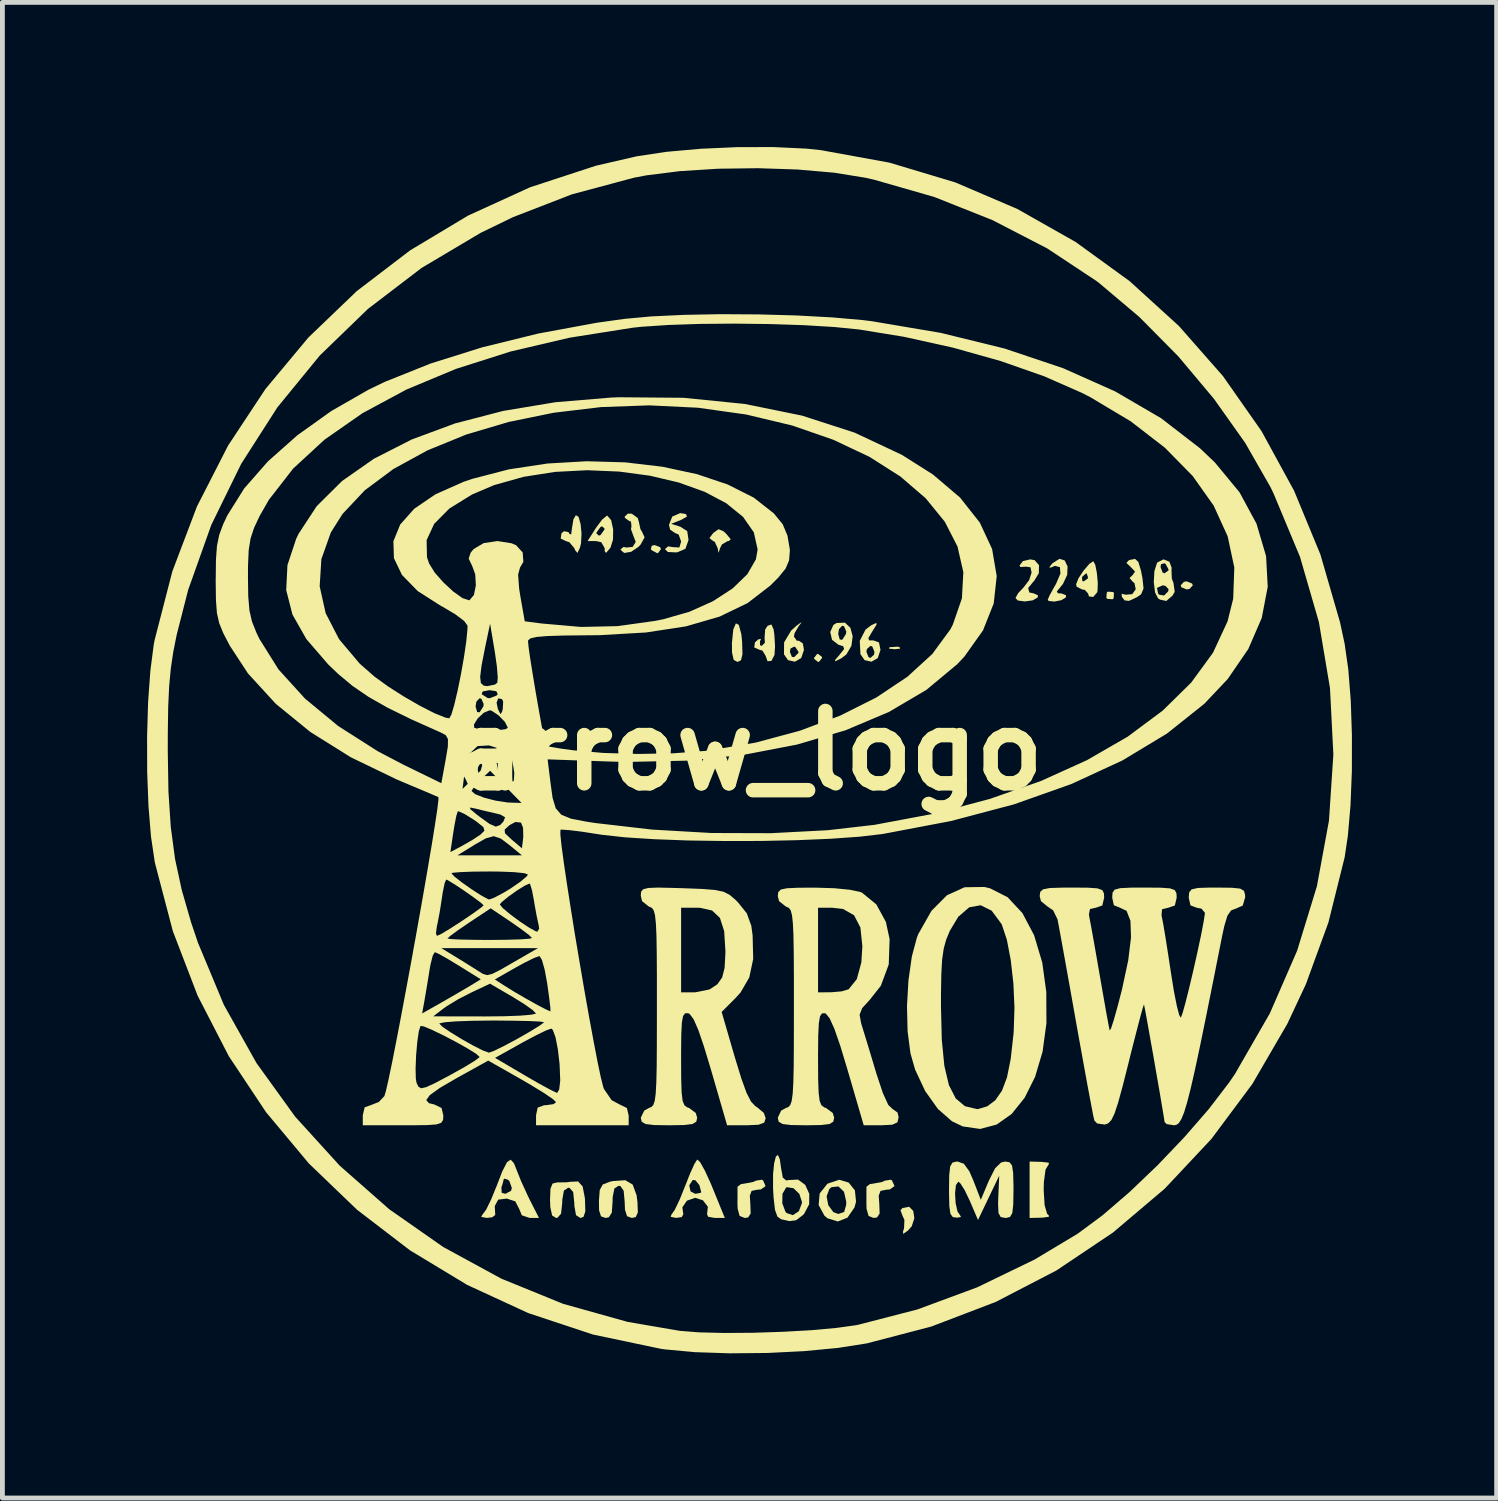
<source format=kicad_pcb>
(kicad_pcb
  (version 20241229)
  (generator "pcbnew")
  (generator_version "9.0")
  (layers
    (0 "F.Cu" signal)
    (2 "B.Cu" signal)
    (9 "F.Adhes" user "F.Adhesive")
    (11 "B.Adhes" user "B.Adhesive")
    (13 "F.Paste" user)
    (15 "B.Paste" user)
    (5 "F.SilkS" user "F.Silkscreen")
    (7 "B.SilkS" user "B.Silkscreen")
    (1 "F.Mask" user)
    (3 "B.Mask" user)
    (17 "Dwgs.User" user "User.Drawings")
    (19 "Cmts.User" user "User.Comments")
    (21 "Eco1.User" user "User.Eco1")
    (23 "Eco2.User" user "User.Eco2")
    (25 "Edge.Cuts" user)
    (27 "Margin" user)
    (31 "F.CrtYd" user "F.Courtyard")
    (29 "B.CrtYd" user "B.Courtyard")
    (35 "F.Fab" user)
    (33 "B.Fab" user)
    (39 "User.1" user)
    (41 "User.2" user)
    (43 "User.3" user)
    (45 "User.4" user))
  (footprint "arrow_logo"
    (layer "F.Cu")
    (at 12.494 12.515)
    (property "Reference" "arrow_logo" (at 0 0 0) (layer "F.SilkS") (effects (font (size 1.5 1.5) (thickness 0.3))))
    (attr board_only exclude_from_pos_files exclude_from_bom)
    (fp_poly (pts (xy 3.112 -2.144) (xy 3.123 -2.114) (xy 3.008 -2.102) (xy 2.889 -2.115) (xy 2.903 -2.144) (xy 3.075 -2.155)) (stroke (width 0) (type solid)) (fill yes) (layer "F.SilkS"))
    (fp_poly (pts (xy -1.854 -4.218) (xy -1.838 -4.178) (xy -1.898 -4.096) (xy -1.917 -4.094) (xy -2.03 -4.155) (xy -2.047 -4.178) (xy -2.028 -4.249) (xy -1.968 -4.261)) (stroke (width 0) (type solid)) (fill yes) (layer "F.SilkS"))
    (fp_poly (pts (xy 1.502 -1.942) (xy 1.504 -1.922) (xy 1.44 -1.841) (xy 1.42 -1.838) (xy 1.339 -1.902) (xy 1.337 -1.922) (xy 1.4 -2.003) (xy 1.42 -2.005)) (stroke (width 0) (type solid)) (fill yes) (layer "F.SilkS"))
    (fp_poly (pts (xy 7.538 -3.288) (xy 7.557 -3.266) (xy 7.549 -3.156) (xy 7.527 -3.138) (xy 7.418 -3.146) (xy 7.399 -3.168) (xy 7.407 -3.277) (xy 7.429 -3.296)) (stroke (width 0) (type solid)) (fill yes) (layer "F.SilkS"))
    (fp_poly (pts (xy 9.177 -3.464) (xy 9.191 -3.426) (xy 9.123 -3.352) (xy 9.065 -3.342) (xy 8.954 -3.387) (xy 8.94 -3.426) (xy 9.008 -3.5) (xy 9.065 -3.509)) (stroke (width 0) (type solid)) (fill yes) (layer "F.SilkS"))
    (fp_poly (pts (xy -0.223 -2.607) (xy -0.171 -2.416) (xy -0.155 -2.26) (xy -0.147 -2.001) (xy -0.178 -1.872) (xy -0.251 -1.838) (xy -0.33 -1.882) (xy -0.364 -2.034) (xy -0.366 -2.231) (xy -0.338 -2.512) (xy -0.284 -2.638)) (stroke (width 0) (type solid)) (fill yes) (layer "F.SilkS"))
    (fp_poly (pts (xy 3.395 9.547) (xy 3.417 9.698) (xy 3.363 9.864) (xy 3.285 9.953) (xy 3.184 10.023) (xy 3.183 9.966) (xy 3.203 9.911) (xy 3.211 9.732) (xy 3.172 9.647) (xy 3.129 9.531) (xy 3.171 9.486) (xy 3.309 9.46)) (stroke (width 0) (type solid)) (fill yes) (layer "F.SilkS"))
    (fp_poly (pts (xy -0.539 -4.547) (xy -0.48 -4.491) (xy -0.391 -4.382) (xy -0.43 -4.346) (xy -0.453 -4.345) (xy -0.573 -4.275) (xy -0.611 -4.199) (xy -0.643 -4.101) (xy -0.657 -4.164) (xy -0.659 -4.192) (xy -0.722 -4.328) (xy -0.775 -4.359) (xy -0.832 -4.408) (xy -0.754 -4.512) (xy -0.643 -4.591)) (stroke (width 0) (type solid)) (fill yes) (layer "F.SilkS"))
    (fp_poly (pts (xy 6.058 8.529) (xy 6.2 8.545) (xy 6.211 8.574) (xy 6.204 8.578) (xy 6.137 8.69) (xy 6.103 8.949) (xy 6.099 9.107) (xy 6.118 9.426) (xy 6.17 9.606) (xy 6.204 9.637) (xy 6.208 9.667) (xy 6.077 9.685) (xy 6.058 9.686) (xy 5.807 9.692) (xy 5.807 9.107) (xy 5.807 8.522)) (stroke (width 0) (type solid)) (fill yes) (layer "F.SilkS"))
    (fp_poly (pts (xy -3.546 -4.846) (xy -3.504 -4.699) (xy -3.485 -4.499) (xy -3.495 -4.3) (xy -3.518 -4.205) (xy -3.569 -4.099) (xy -3.614 -4.149) (xy -3.635 -4.199) (xy -3.739 -4.322) (xy -3.811 -4.345) (xy -3.916 -4.397) (xy -3.902 -4.503) (xy -3.851 -4.549) (xy -3.757 -4.532) (xy -3.732 -4.491) (xy -3.7 -4.483) (xy -3.683 -4.611) (xy -3.683 -4.611) (xy -3.653 -4.794) (xy -3.602 -4.882)) (stroke (width 0) (type solid)) (fill yes) (layer "F.SilkS"))
    (fp_poly (pts (xy 0.281 8.915) (xy 0.332 9.031) (xy 0.236 9.1) (xy 0.158 9.107) (xy 0.042 9.13) (xy 0.005 9.231) (xy 0.016 9.4) (xy 0.023 9.599) (xy -0.03 9.681) (xy -0.1 9.692) (xy -0.206 9.651) (xy -0.247 9.503) (xy -0.251 9.4) (xy -0.25 9.186) (xy -0.25 9.052) (xy -0.25 9.045) (xy -0.179 8.99) (xy -0.103 8.979) (xy 0.077 8.945) (xy 0.135 8.918) (xy 0.254 8.899)) (stroke (width 0) (type solid)) (fill yes) (layer "F.SilkS"))
    (fp_poly (pts (xy 0.499 -2.508) (xy 0.514 -2.405) (xy 0.528 -2.167) (xy 0.517 -1.984) (xy 0.453 -1.86) (xy 0.372 -1.853) (xy 0.334 -1.963) (xy 0.267 -2.074) (xy 0.209 -2.089) (xy 0.097 -2.138) (xy 0.111 -2.243) (xy 0.18 -2.306) (xy 0.237 -2.316) (xy 0.217 -2.269) (xy 0.217 -2.183) (xy 0.255 -2.172) (xy 0.318 -2.238) (xy 0.311 -2.336) (xy 0.323 -2.511) (xy 0.375 -2.589) (xy 0.454 -2.615)) (stroke (width 0) (type solid)) (fill yes) (layer "F.SilkS"))
    (fp_poly (pts (xy 2.954 8.915) (xy 3.006 9.031) (xy 2.91 9.1) (xy 2.832 9.107) (xy 2.716 9.13) (xy 2.678 9.231) (xy 2.69 9.4) (xy 2.697 9.599) (xy 2.644 9.681) (xy 2.573 9.692) (xy 2.468 9.651) (xy 2.426 9.503) (xy 2.423 9.4) (xy 2.423 9.186) (xy 2.424 9.052) (xy 2.424 9.045) (xy 2.494 8.99) (xy 2.57 8.979) (xy 2.75 8.945) (xy 2.808 8.918) (xy 2.928 8.899)) (stroke (width 0) (type solid)) (fill yes) (layer "F.SilkS"))
    (fp_poly (pts (xy 8.062 -3.912) (xy 8.116 -3.733) (xy 8.147 -3.578) (xy 8.17 -3.362) (xy 8.12 -3.242) (xy 8.034 -3.182) (xy 7.867 -3.104) (xy 7.777 -3.115) (xy 7.72 -3.189) (xy 7.716 -3.252) (xy 7.802 -3.232) (xy 7.936 -3.244) (xy 8.008 -3.347) (xy 7.982 -3.471) (xy 7.941 -3.507) (xy 7.879 -3.579) (xy 7.941 -3.637) (xy 7.994 -3.712) (xy 7.906 -3.805) (xy 7.814 -3.891) (xy 7.862 -3.944) (xy 7.891 -3.955) (xy 7.994 -3.975)) (stroke (width 0) (type solid)) (fill yes) (layer "F.SilkS"))
    (fp_poly (pts (xy -2.444 -4.913) (xy -2.319 -4.823) (xy -2.297 -4.746) (xy -2.262 -4.589) (xy -2.234 -4.546) (xy -2.177 -4.422) (xy -2.26 -4.272) (xy -2.304 -4.225) (xy -2.457 -4.122) (xy -2.6 -4.098) (xy -2.672 -4.16) (xy -2.674 -4.175) (xy -2.613 -4.223) (xy -2.557 -4.211) (xy -2.424 -4.223) (xy -2.361 -4.328) (xy -2.407 -4.446) (xy -2.46 -4.592) (xy -2.449 -4.647) (xy -2.459 -4.748) (xy -2.498 -4.763) (xy -2.586 -4.825) (xy -2.59 -4.852) (xy -2.524 -4.914)) (stroke (width 0) (type solid)) (fill yes) (layer "F.SilkS"))
    (fp_poly (pts (xy -1.319 -4.905) (xy -1.298 -4.853) (xy -1.419 -4.784) (xy -1.627 -4.703) (xy -1.435 -4.642) (xy -1.293 -4.551) (xy -1.267 -4.377) (xy -1.269 -4.358) (xy -1.331 -4.184) (xy -1.494 -4.114) (xy -1.525 -4.109) (xy -1.695 -4.119) (xy -1.755 -4.178) (xy -1.69 -4.235) (xy -1.587 -4.219) (xy -1.456 -4.212) (xy -1.42 -4.332) (xy -1.42 -4.339) (xy -1.471 -4.48) (xy -1.546 -4.512) (xy -1.648 -4.582) (xy -1.671 -4.682) (xy -1.603 -4.853) (xy -1.438 -4.925)) (stroke (width 0) (type solid)) (fill yes) (layer "F.SilkS"))
    (fp_poly (pts (xy 6.536 -3.942) (xy 6.594 -3.819) (xy 6.587 -3.644) (xy 6.499 -3.456) (xy 6.462 -3.411) (xy 6.371 -3.298) (xy 6.398 -3.261) (xy 6.467 -3.259) (xy 6.563 -3.221) (xy 6.559 -3.175) (xy 6.463 -3.118) (xy 6.317 -3.09) (xy 6.202 -3.103) (xy 6.183 -3.128) (xy 6.221 -3.217) (xy 6.317 -3.393) (xy 6.354 -3.455) (xy 6.446 -3.67) (xy 6.436 -3.804) (xy 6.332 -3.831) (xy 6.246 -3.795) (xy 6.213 -3.799) (xy 6.279 -3.883) (xy 6.426 -3.977)) (stroke (width 0) (type solid)) (fill yes) (layer "F.SilkS"))
    (fp_poly (pts (xy 5.911 -3.949) (xy 6.002 -3.845) (xy 5.998 -3.678) (xy 5.902 -3.52) (xy 5.89 -3.509) (xy 5.777 -3.371) (xy 5.801 -3.279) (xy 5.895 -3.259) (xy 5.982 -3.218) (xy 5.974 -3.175) (xy 5.87 -3.115) (xy 5.708 -3.093) (xy 5.564 -3.112) (xy 5.514 -3.162) (xy 5.57 -3.265) (xy 5.682 -3.384) (xy 5.798 -3.536) (xy 5.848 -3.692) (xy 5.826 -3.801) (xy 5.727 -3.815) (xy 5.723 -3.813) (xy 5.616 -3.807) (xy 5.598 -3.837) (xy 5.667 -3.929) (xy 5.819 -3.965)) (stroke (width 0) (type solid)) (fill yes) (layer "F.SilkS"))
    (fp_poly (pts (xy -2.87 -4.777) (xy -2.829 -4.588) (xy -2.832 -4.375) (xy -2.884 -4.209) (xy -2.891 -4.2) (xy -2.976 -4.099) (xy -3.003 -4.133) (xy -3.005 -4.199) (xy -3.076 -4.321) (xy -3.183 -4.345) (xy -3.359 -4.345) (xy -3.259 -4.502) (xy -3.175 -4.502) (xy -3.124 -4.457) (xy -3.091 -4.47) (xy -3.011 -4.581) (xy -3.008 -4.605) (xy -3.059 -4.651) (xy -3.091 -4.637) (xy -3.172 -4.526) (xy -3.175 -4.502) (xy -3.259 -4.502) (xy -3.187 -4.616) (xy -3.061 -4.786) (xy -2.964 -4.869) (xy -2.949 -4.871)) (stroke (width 0) (type solid)) (fill yes) (layer "F.SilkS"))
    (fp_poly (pts (xy -2.424 9) (xy -2.343 9.221) (xy -2.325 9.361) (xy -2.317 9.578) (xy -2.36 9.674) (xy -2.442 9.692) (xy -2.54 9.656) (xy -2.584 9.521) (xy -2.59 9.358) (xy -2.611 9.126) (xy -2.679 9.03) (xy -2.715 9.024) (xy -2.803 9.079) (xy -2.839 9.262) (xy -2.841 9.358) (xy -2.857 9.581) (xy -2.918 9.678) (xy -2.987 9.692) (xy -3.081 9.659) (xy -3.121 9.533) (xy -3.124 9.339) (xy -3.107 9.113) (xy -3.046 8.999) (xy -2.902 8.942) (xy -2.832 8.927) (xy -2.578 8.909)) (stroke (width 0) (type solid)) (fill yes) (layer "F.SilkS"))
    (fp_poly (pts (xy 2.633 -2.612) (xy 2.55 -2.48) (xy 2.464 -2.335) (xy 2.478 -2.285) (xy 2.565 -2.285) (xy 2.683 -2.243) (xy 2.715 -2.089) (xy 2.658 -1.918) (xy 2.528 -1.843) (xy 2.385 -1.876) (xy 2.299 -2) (xy 2.297 -2.047) (xy 2.423 -2.047) (xy 2.468 -1.936) (xy 2.507 -1.922) (xy 2.581 -1.989) (xy 2.59 -2.047) (xy 2.545 -2.158) (xy 2.507 -2.172) (xy 2.432 -2.105) (xy 2.423 -2.047) (xy 2.297 -2.047) (xy 2.285 -2.276) (xy 2.404 -2.508) (xy 2.518 -2.596) (xy 2.629 -2.649)) (stroke (width 0) (type solid)) (fill yes) (layer "F.SilkS"))
    (fp_poly (pts (xy 1.058 -2.63) (xy 1.024 -2.59) (xy 0.934 -2.436) (xy 0.919 -2.365) (xy 0.98 -2.278) (xy 1.024 -2.277) (xy 1.104 -2.223) (xy 1.128 -2.089) (xy 1.071 -1.919) (xy 0.94 -1.843) (xy 0.798 -1.875) (xy 0.713 -1.997) (xy 0.714 -2.047) (xy 0.836 -2.047) (xy 0.878 -1.943) (xy 0.925 -1.938) (xy 1.012 -2.024) (xy 1.015 -2.047) (xy 0.95 -2.145) (xy 0.925 -2.156) (xy 0.849 -2.116) (xy 0.836 -2.047) (xy 0.714 -2.047) (xy 0.716 -2.244) (xy 0.862 -2.489) (xy 0.977 -2.593) (xy 1.077 -2.664)) (stroke (width 0) (type solid)) (fill yes) (layer "F.SilkS"))
    (fp_poly (pts (xy 2.055 8.958) (xy 2.184 9.12) (xy 2.208 9.354) (xy 2.176 9.473) (xy 2.03 9.686) (xy 1.829 9.765) (xy 1.615 9.698) (xy 1.552 9.644) (xy 1.432 9.423) (xy 1.448 9.244) (xy 1.597 9.244) (xy 1.633 9.429) (xy 1.739 9.572) (xy 1.84 9.609) (xy 1.961 9.569) (xy 2.003 9.422) (xy 2.005 9.355) (xy 1.958 9.149) (xy 1.843 9.038) (xy 1.699 9.054) (xy 1.655 9.09) (xy 1.597 9.244) (xy 1.448 9.244) (xy 1.454 9.184) (xy 1.611 8.986) (xy 1.624 8.978) (xy 1.857 8.9)) (stroke (width 0) (type solid)) (fill yes) (layer "F.SilkS"))
    (fp_poly (pts (xy 2.091 -2.546) (xy 2.138 -2.371) (xy 2.112 -2.172) (xy 2.007 -1.993) (xy 1.9 -1.912) (xy 1.772 -1.85) (xy 1.774 -1.879) (xy 1.862 -1.982) (xy 1.961 -2.107) (xy 1.941 -2.164) (xy 1.841 -2.196) (xy 1.71 -2.297) (xy 1.682 -2.418) (xy 1.838 -2.418) (xy 1.87 -2.303) (xy 1.922 -2.298) (xy 1.999 -2.419) (xy 2.005 -2.47) (xy 1.959 -2.578) (xy 1.922 -2.59) (xy 1.854 -2.52) (xy 1.838 -2.418) (xy 1.682 -2.418) (xy 1.673 -2.459) (xy 1.738 -2.605) (xy 1.803 -2.646) (xy 1.978 -2.653)) (stroke (width 0) (type solid)) (fill yes) (layer "F.SilkS"))
    (fp_poly (pts (xy 7.168 -3.855) (xy 7.202 -3.684) (xy 7.221 -3.481) (xy 7.216 -3.316) (xy 7.207 -3.279) (xy 7.126 -3.186) (xy 7.04 -3.195) (xy 7.018 -3.259) (xy 6.951 -3.333) (xy 6.893 -3.342) (xy 6.784 -3.398) (xy 6.771 -3.447) (xy 6.819 -3.569) (xy 6.834 -3.593) (xy 6.893 -3.593) (xy 6.9 -3.516) (xy 6.93 -3.509) (xy 7.015 -3.57) (xy 7.018 -3.593) (xy 6.99 -3.674) (xy 6.982 -3.676) (xy 6.91 -3.618) (xy 6.893 -3.593) (xy 6.834 -3.593) (xy 6.927 -3.733) (xy 7.047 -3.873) (xy 7.127 -3.927)) (stroke (width 0) (type solid)) (fill yes) (layer "F.SilkS"))
    (fp_poly (pts (xy -3.462 9.038) (xy -3.416 9.276) (xy -3.413 9.316) (xy -3.406 9.557) (xy -3.444 9.67) (xy -3.509 9.692) (xy -3.599 9.634) (xy -3.633 9.444) (xy -3.635 9.379) (xy -3.658 9.154) (xy -3.735 9.068) (xy -3.76 9.065) (xy -3.85 9.124) (xy -3.884 9.317) (xy -3.885 9.379) (xy -3.909 9.603) (xy -3.985 9.689) (xy -4.011 9.692) (xy -4.094 9.641) (xy -4.132 9.47) (xy -4.138 9.318) (xy -4.129 9.086) (xy -4.086 8.979) (xy -3.99 8.954) (xy -3.971 8.955) (xy -3.79 8.952) (xy -3.718 8.942) (xy -3.556 8.935)) (stroke (width 0) (type solid)) (fill yes) (layer "F.SilkS"))
    (fp_poly (pts (xy -1.027 8.533) (xy -0.928 8.708) (xy -0.807 8.972) (xy -0.768 9.067) (xy -0.513 9.692) (xy -0.721 9.692) (xy -0.859 9.667) (xy -0.882 9.616) (xy -0.865 9.46) (xy -0.967 9.326) (xy -1.128 9.274) (xy -1.3 9.334) (xy -1.394 9.472) (xy -1.374 9.616) (xy -1.406 9.673) (xy -1.52 9.691) (xy -1.635 9.669) (xy -1.624 9.628) (xy -1.551 9.523) (xy -1.448 9.307) (xy -1.342 9.043) (xy -1.331 9.016) (xy -1.251 9.016) (xy -1.224 9.141) (xy -1.128 9.191) (xy -1.016 9.172) (xy -1.003 9.156) (xy -1.04 9.013) (xy -1.121 8.912) (xy -1.178 8.904) (xy -1.251 9.016) (xy -1.331 9.016) (xy -1.234 8.771) (xy -1.142 8.568) (xy -1.085 8.48)) (stroke (width 0) (type solid)) (fill yes) (layer "F.SilkS"))
    (fp_poly (pts (xy -4.887 8.556) (xy -4.837 8.68) (xy -4.739 8.926) (xy -4.605 9.219) (xy -4.555 9.322) (xy -4.367 9.692) (xy -4.559 9.692) (xy -4.723 9.637) (xy -4.778 9.504) (xy -4.858 9.348) (xy -5.034 9.29) (xy -5.213 9.312) (xy -5.284 9.446) (xy -5.274 9.629) (xy -5.336 9.678) (xy -5.452 9.691) (xy -5.566 9.67) (xy -5.542 9.627) (xy -5.463 9.52) (xy -5.357 9.304) (xy -5.26 9.064) (xy -5.257 9.059) (xy -5.147 9.059) (xy -5.14 9.17) (xy -5.064 9.191) (xy -4.947 9.13) (xy -4.93 9.07) (xy -4.981 8.928) (xy -5.013 8.898) (xy -5.091 8.876) (xy -5.097 8.887) (xy -5.123 8.99) (xy -5.147 9.059) (xy -5.257 9.059) (xy -5.128 8.726) (xy -5.031 8.536) (xy -4.955 8.483)) (stroke (width 0) (type solid)) (fill yes) (layer "F.SilkS"))
    (fp_poly (pts (xy 0.628 8.478) (xy 0.653 8.657) (xy 0.689 8.855) (xy 0.76 8.915) (xy 0.805 8.906) (xy 1.005 8.896) (xy 1.155 9.007) (xy 1.238 9.192) (xy 1.236 9.407) (xy 1.131 9.607) (xy 1.1 9.637) (xy 0.964 9.739) (xy 0.826 9.757) (xy 0.654 9.719) (xy 0.577 9.664) (xy 0.527 9.525) (xy 0.511 9.387) (xy 0.678 9.387) (xy 0.744 9.563) (xy 0.767 9.59) (xy 0.898 9.634) (xy 1.021 9.553) (xy 1.085 9.387) (xy 1.086 9.358) (xy 1.032 9.193) (xy 0.909 9.075) (xy 0.774 9.054) (xy 0.756 9.063) (xy 0.682 9.192) (xy 0.678 9.387) (xy 0.511 9.387) (xy 0.498 9.269) (xy 0.487 9.082) (xy 0.487 8.789) (xy 0.509 8.561) (xy 0.545 8.419) (xy 0.588 8.384)) (stroke (width 0) (type solid)) (fill yes) (layer "F.SilkS"))
    (fp_poly (pts (xy 8.707 -3.916) (xy 8.754 -3.787) (xy 8.749 -3.76) (xy 8.756 -3.567) (xy 8.791 -3.475) (xy 8.816 -3.292) (xy 8.769 -3.212) (xy 8.642 -3.103) (xy 8.512 -3.13) (xy 8.472 -3.155) (xy 8.408 -3.28) (xy 8.397 -3.374) (xy 8.449 -3.374) (xy 8.47 -3.259) (xy 8.492 -3.233) (xy 8.596 -3.216) (xy 8.681 -3.301) (xy 8.689 -3.347) (xy 8.622 -3.417) (xy 8.564 -3.426) (xy 8.449 -3.374) (xy 8.397 -3.374) (xy 8.382 -3.493) (xy 8.395 -3.721) (xy 8.422 -3.807) (xy 8.522 -3.807) (xy 8.566 -3.692) (xy 8.606 -3.676) (xy 8.687 -3.736) (xy 8.689 -3.755) (xy 8.629 -3.868) (xy 8.606 -3.885) (xy 8.534 -3.866) (xy 8.522 -3.807) (xy 8.422 -3.807) (xy 8.448 -3.89) (xy 8.456 -3.901) (xy 8.584 -3.966)) (stroke (width 0) (type solid)) (fill yes) (layer "F.SilkS"))
    (fp_poly (pts (xy 5.391 8.537) (xy 5.443 8.604) (xy 5.466 8.761) (xy 5.473 9.042) (xy 5.473 9.107) (xy 5.468 9.415) (xy 5.448 9.591) (xy 5.401 9.671) (xy 5.319 9.692) (xy 5.306 9.692) (xy 5.208 9.673) (xy 5.162 9.59) (xy 5.153 9.401) (xy 5.158 9.254) (xy 5.177 8.815) (xy 4.957 9.274) (xy 4.737 9.734) (xy 4.567 9.337) (xy 4.459 9.112) (xy 4.367 8.969) (xy 4.329 8.94) (xy 4.279 9.011) (xy 4.261 9.181) (xy 4.273 9.385) (xy 4.312 9.559) (xy 4.366 9.637) (xy 4.384 9.672) (xy 4.303 9.686) (xy 4.215 9.674) (xy 4.165 9.606) (xy 4.142 9.447) (xy 4.136 9.162) (xy 4.136 9.107) (xy 4.14 8.801) (xy 4.16 8.625) (xy 4.206 8.544) (xy 4.289 8.523) (xy 4.312 8.522) (xy 4.443 8.567) (xy 4.556 8.722) (xy 4.642 8.919) (xy 4.795 9.316) (xy 4.962 8.919) (xy 5.092 8.661) (xy 5.217 8.541) (xy 5.3 8.522)) (stroke (width 0) (type solid)) (fill yes) (layer "F.SilkS"))
    (fp_poly (pts (xy 4.987 2.856) (xy 5.351 3.041) (xy 5.658 3.37) (xy 5.9 3.828) (xy 6.07 4.398) (xy 6.153 5.005) (xy 6.156 5.653) (xy 6.076 6.244) (xy 5.921 6.765) (xy 5.704 7.2) (xy 5.435 7.535) (xy 5.124 7.755) (xy 4.783 7.846) (xy 4.42 7.794) (xy 4.197 7.687) (xy 3.905 7.431) (xy 3.64 7.058) (xy 3.433 6.616) (xy 3.336 6.277) (xy 3.277 5.822) (xy 3.264 5.306) (xy 3.969 5.306) (xy 3.986 5.997) (xy 4.039 6.537) (xy 4.134 6.938) (xy 4.275 7.213) (xy 4.465 7.374) (xy 4.711 7.433) (xy 4.738 7.434) (xy 4.928 7.377) (xy 5.095 7.252) (xy 5.234 7.053) (xy 5.338 6.777) (xy 5.415 6.395) (xy 5.473 5.879) (xy 5.478 5.807) (xy 5.493 5.334) (xy 5.471 4.831) (xy 5.416 4.345) (xy 5.336 3.925) (xy 5.234 3.618) (xy 5.222 3.592) (xy 5.02 3.32) (xy 4.792 3.207) (xy 4.555 3.25) (xy 4.328 3.446) (xy 4.152 3.739) (xy 4.077 3.92) (xy 4.026 4.106) (xy 3.993 4.332) (xy 3.976 4.636) (xy 3.969 5.053) (xy 3.969 5.306) (xy 3.264 5.306) (xy 3.264 5.299) (xy 3.295 4.764) (xy 3.365 4.27) (xy 3.471 3.874) (xy 3.5 3.802) (xy 3.772 3.323) (xy 4.093 3) (xy 4.459 2.834) (xy 4.866 2.828)) (stroke (width 0) (type solid)) (fill yes) (layer "F.SilkS"))
    (fp_poly (pts (xy -1.58 2.848) (xy -1.38 2.854) (xy -0.987 2.869) (xy -0.721 2.89) (xy -0.545 2.926) (xy -0.417 2.989) (xy -0.301 3.087) (xy -0.241 3.146) (xy -0.058 3.374) (xy 0.036 3.633) (xy 0.063 3.831) (xy 0.075 4.321) (xy -0.006 4.705) (xy -0.189 5.019) (xy -0.294 5.134) (xy -0.579 5.42) (xy -0.304 6.365) (xy -0.171 6.799) (xy -0.064 7.095) (xy 0.03 7.279) (xy 0.122 7.376) (xy 0.153 7.393) (xy 0.295 7.513) (xy 0.334 7.623) (xy 0.304 7.714) (xy 0.186 7.759) (xy -0.059 7.77) (xy -0.066 7.77) (xy -0.466 7.77) (xy -0.799 6.622) (xy -0.947 6.133) (xy -1.065 5.788) (xy -1.16 5.572) (xy -1.24 5.464) (xy -1.276 5.446) (xy -1.338 5.449) (xy -1.379 5.505) (xy -1.404 5.639) (xy -1.416 5.878) (xy -1.42 6.25) (xy -1.42 6.393) (xy -1.418 6.812) (xy -1.409 7.092) (xy -1.388 7.264) (xy -1.35 7.357) (xy -1.29 7.4) (xy -1.253 7.412) (xy -1.117 7.514) (xy -1.086 7.613) (xy -1.105 7.696) (xy -1.184 7.744) (xy -1.358 7.765) (xy -1.664 7.77) (xy -1.671 7.77) (xy -1.98 7.765) (xy -2.156 7.744) (xy -2.237 7.697) (xy -2.256 7.615) (xy -2.256 7.613) (xy -2.185 7.466) (xy -2.089 7.412) (xy -2.037 7.392) (xy -1.997 7.35) (xy -1.967 7.265) (xy -1.947 7.118) (xy -1.934 6.888) (xy -1.926 6.557) (xy -1.923 6.103) (xy -1.922 5.508) (xy -1.922 5.323) (xy -1.922 4.687) (xy -1.925 4.197) (xy -1.931 3.835) (xy -1.943 3.581) (xy -1.961 3.414) (xy -1.988 3.314) (xy -2.025 3.263) (xy -2.033 3.259) (xy -1.42 3.259) (xy -1.42 4.136) (xy -1.42 5.013) (xy -1.128 5.013) (xy -0.83 4.953) (xy -0.668 4.846) (xy -0.569 4.706) (xy -0.518 4.506) (xy -0.501 4.196) (xy -0.501 4.154) (xy -0.527 3.743) (xy -0.615 3.47) (xy -0.778 3.316) (xy -1.03 3.26) (xy -1.091 3.259) (xy -1.42 3.259) (xy -2.033 3.259) (xy -2.074 3.239) (xy -2.089 3.234) (xy -2.23 3.122) (xy -2.256 3.008) (xy -2.249 2.927) (xy -2.207 2.876) (xy -2.102 2.849) (xy -1.903 2.841)) (stroke (width 0) (type solid)) (fill yes) (layer "F.SilkS"))
    (fp_poly (pts (xy 1.752 2.854) (xy 2.081 2.886) (xy 2.299 2.933) (xy 2.331 2.946) (xy 2.629 3.19) (xy 2.827 3.553) (xy 2.904 3.911) (xy 2.886 4.435) (xy 2.722 4.877) (xy 2.493 5.168) (xy 2.335 5.34) (xy 2.282 5.476) (xy 2.312 5.649) (xy 2.326 5.696) (xy 2.39 5.903) (xy 2.485 6.215) (xy 2.593 6.575) (xy 2.632 6.705) (xy 2.765 7.105) (xy 2.878 7.35) (xy 2.969 7.436) (xy 2.971 7.436) (xy 3.069 7.506) (xy 3.091 7.603) (xy 3.066 7.709) (xy 2.96 7.758) (xy 2.732 7.77) (xy 2.729 7.77) (xy 2.367 7.77) (xy 2.032 6.622) (xy 1.881 6.122) (xy 1.759 5.771) (xy 1.661 5.553) (xy 1.581 5.454) (xy 1.559 5.446) (xy 1.5 5.451) (xy 1.46 5.512) (xy 1.436 5.655) (xy 1.424 5.907) (xy 1.42 6.294) (xy 1.42 6.393) (xy 1.422 6.812) (xy 1.432 7.092) (xy 1.453 7.264) (xy 1.491 7.357) (xy 1.551 7.4) (xy 1.587 7.412) (xy 1.724 7.514) (xy 1.755 7.613) (xy 1.736 7.696) (xy 1.657 7.744) (xy 1.482 7.765) (xy 1.177 7.77) (xy 1.17 7.77) (xy 0.861 7.765) (xy 0.685 7.744) (xy 0.604 7.697) (xy 0.585 7.615) (xy 0.585 7.613) (xy 0.655 7.466) (xy 0.752 7.412) (xy 0.804 7.392) (xy 0.844 7.35) (xy 0.873 7.265) (xy 0.894 7.118) (xy 0.907 6.888) (xy 0.915 6.557) (xy 0.918 6.103) (xy 0.919 5.508) (xy 0.919 5.323) (xy 0.919 4.687) (xy 0.916 4.197) (xy 0.91 3.835) (xy 0.898 3.581) (xy 0.88 3.414) (xy 0.853 3.314) (xy 0.816 3.263) (xy 0.808 3.259) (xy 1.42 3.259) (xy 1.42 4.136) (xy 1.42 5.013) (xy 1.692 5.012) (xy 1.909 4.993) (xy 2.054 4.95) (xy 2.055 4.949) (xy 2.223 4.74) (xy 2.318 4.393) (xy 2.339 4.058) (xy 2.298 3.669) (xy 2.167 3.415) (xy 1.937 3.284) (xy 1.713 3.259) (xy 1.42 3.259) (xy 0.808 3.259) (xy 0.767 3.239) (xy 0.752 3.234) (xy 0.611 3.122) (xy 0.585 3.016) (xy 0.595 2.934) (xy 0.648 2.882) (xy 0.775 2.855) (xy 1.007 2.844) (xy 1.358 2.842)) (stroke (width 0) (type solid)) (fill yes) (layer "F.SilkS"))
    (fp_poly (pts (xy 9.998 2.844) (xy 10.173 2.862) (xy 10.253 2.908) (xy 10.276 2.994) (xy 10.277 3.044) (xy 10.227 3.214) (xy 10.092 3.274) (xy 9.986 3.314) (xy 9.91 3.422) (xy 9.845 3.636) (xy 9.8 3.843) (xy 9.62 4.751) (xy 9.468 5.508) (xy 9.341 6.128) (xy 9.235 6.624) (xy 9.147 7.01) (xy 9.073 7.299) (xy 9.01 7.506) (xy 8.954 7.642) (xy 8.903 7.723) (xy 8.852 7.761) (xy 8.802 7.77) (xy 8.651 7.746) (xy 8.606 7.703) (xy 8.592 7.609) (xy 8.555 7.387) (xy 8.502 7.072) (xy 8.437 6.7) (xy 8.369 6.308) (xy 8.302 5.932) (xy 8.244 5.608) (xy 8.201 5.372) (xy 8.179 5.264) (xy 8.157 5.326) (xy 8.102 5.523) (xy 8.022 5.83) (xy 7.922 6.22) (xy 7.859 6.475) (xy 7.737 6.957) (xy 7.643 7.3) (xy 7.568 7.527) (xy 7.502 7.663) (xy 7.436 7.731) (xy 7.367 7.755) (xy 7.209 7.733) (xy 7.15 7.672) (xy 7.125 7.561) (xy 7.077 7.31) (xy 7.008 6.944) (xy 6.925 6.487) (xy 6.83 5.963) (xy 6.772 5.64) (xy 6.673 5.081) (xy 6.581 4.567) (xy 6.501 4.124) (xy 6.438 3.778) (xy 6.397 3.556) (xy 6.385 3.497) (xy 6.295 3.313) (xy 6.178 3.233) (xy 6.042 3.122) (xy 6.016 3.016) (xy 6.028 2.929) (xy 6.087 2.877) (xy 6.227 2.85) (xy 6.482 2.842) (xy 6.684 2.841) (xy 7.016 2.843) (xy 7.214 2.857) (xy 7.314 2.893) (xy 7.349 2.962) (xy 7.353 3.05) (xy 7.315 3.212) (xy 7.18 3.259) (xy 7.179 3.259) (xy 7.059 3.286) (xy 7.037 3.399) (xy 7.052 3.488) (xy 7.085 3.66) (xy 7.138 3.954) (xy 7.204 4.329) (xy 7.272 4.721) (xy 7.341 5.115) (xy 7.4 5.451) (xy 7.445 5.692) (xy 7.468 5.805) (xy 7.468 5.805) (xy 7.495 5.763) (xy 7.553 5.586) (xy 7.632 5.304) (xy 7.724 4.949) (xy 7.852 4.351) (xy 7.91 3.875) (xy 7.898 3.529) (xy 7.817 3.322) (xy 7.682 3.259) (xy 7.554 3.207) (xy 7.52 3.05) (xy 7.527 2.946) (xy 7.571 2.884) (xy 7.686 2.853) (xy 7.906 2.842) (xy 8.188 2.841) (xy 8.52 2.843) (xy 8.718 2.857) (xy 8.818 2.893) (xy 8.853 2.962) (xy 8.857 3.05) (xy 8.819 3.212) (xy 8.684 3.259) (xy 8.68 3.259) (xy 8.553 3.291) (xy 8.543 3.418) (xy 8.549 3.447) (xy 8.579 3.602) (xy 8.626 3.881) (xy 8.683 4.245) (xy 8.74 4.619) (xy 8.8 4.993) (xy 8.859 5.29) (xy 8.909 5.482) (xy 8.943 5.539) (xy 8.944 5.538) (xy 8.981 5.438) (xy 9.043 5.214) (xy 9.121 4.902) (xy 9.206 4.542) (xy 9.289 4.171) (xy 9.362 3.829) (xy 9.415 3.554) (xy 9.441 3.384) (xy 9.442 3.363) (xy 9.372 3.278) (xy 9.274 3.259) (xy 9.143 3.21) (xy 9.107 3.05) (xy 9.116 2.941) (xy 9.166 2.878) (xy 9.294 2.849) (xy 9.536 2.841) (xy 9.692 2.841)) (stroke (width 0) (type solid)) (fill yes) (layer "F.SilkS"))
    (fp_poly (pts (xy 1.177 -12.483) (xy 1.475 -12.452) (xy 2.902 -12.192) (xy 4.265 -11.783) (xy 5.554 -11.231) (xy 6.763 -10.546) (xy 7.881 -9.735) (xy 8.902 -8.806) (xy 9.816 -7.767) (xy 10.616 -6.625) (xy 11.292 -5.388) (xy 11.838 -4.065) (xy 12.244 -2.663) (xy 12.34 -2.214) (xy 12.416 -1.683) (xy 12.467 -1.035) (xy 12.491 -0.318) (xy 12.49 0.42) (xy 12.462 1.13) (xy 12.407 1.765) (xy 12.34 2.214) (xy 12.004 3.563) (xy 11.537 4.843) (xy 11.151 5.667) (xy 10.427 6.912) (xy 9.577 8.053) (xy 8.61 9.084) (xy 7.535 9.995) (xy 6.363 10.781) (xy 5.105 11.433) (xy 3.768 11.944) (xy 2.432 12.293) (xy 1.833 12.387) (xy 1.125 12.454) (xy 0.359 12.492) (xy -0.411 12.499) (xy -1.133 12.475) (xy -1.752 12.418) (xy -1.838 12.406) (xy -3.245 12.11) (xy -4.588 11.665) (xy -5.857 11.08) (xy -7.044 10.362) (xy -8.141 9.521) (xy -9.138 8.563) (xy -10.027 7.499) (xy -10.8 6.336) (xy -11.446 5.082) (xy -11.959 3.746) (xy -12.329 2.337) (xy -12.337 2.295) (xy -12.413 1.782) (xy -12.465 1.15) (xy -12.492 0.445) (xy -12.493 0) (xy -12.065 0) (xy -12.051 0.85) (xy -12.003 1.582) (xy -11.914 2.247) (xy -11.775 2.891) (xy -11.581 3.563) (xy -11.439 3.984) (xy -10.901 5.274) (xy -10.225 6.48) (xy -9.421 7.594) (xy -8.5 8.607) (xy -7.474 9.51) (xy -6.353 10.294) (xy -5.147 10.951) (xy -3.869 11.472) (xy -2.529 11.847) (xy -1.453 12.032) (xy -1.05 12.064) (xy -0.529 12.077) (xy 0.062 12.073) (xy 0.677 12.053) (xy 1.271 12.02) (xy 1.795 11.973) (xy 2.205 11.916) (xy 2.243 11.909) (xy 3.481 11.589) (xy 4.721 11.13) (xy 5.915 10.552) (xy 6.81 10.014) (xy 7.318 9.638) (xy 7.879 9.155) (xy 8.457 8.603) (xy 9.018 8.015) (xy 9.526 7.43) (xy 9.946 6.881) (xy 10.063 6.71) (xy 10.788 5.451) (xy 11.355 4.149) (xy 11.765 2.813) (xy 12.015 1.453) (xy 12.106 0.08) (xy 12.036 -1.296) (xy 11.806 -2.665) (xy 11.414 -4.018) (xy 10.861 -5.343) (xy 10.797 -5.473) (xy 10.278 -6.38) (xy 9.63 -7.294) (xy 8.888 -8.178) (xy 8.082 -8.992) (xy 7.245 -9.699) (xy 7.196 -9.736) (xy 6.173 -10.413) (xy 5.038 -11) (xy 3.828 -11.481) (xy 2.58 -11.839) (xy 2.397 -11.88) (xy 1.751 -11.984) (xy 0.993 -12.05) (xy 0.173 -12.077) (xy -0.657 -12.066) (xy -1.446 -12.016) (xy -2.145 -11.928) (xy -2.397 -11.88) (xy -3.687 -11.534) (xy -4.908 -11.061) (xy -5.581 -10.734) (xy -6.801 -10.009) (xy -7.914 -9.159) (xy -8.912 -8.193) (xy -9.791 -7.119) (xy -10.543 -5.945) (xy -11.162 -4.68) (xy -11.642 -3.332) (xy -11.881 -2.397) (xy -11.952 -2.04) (xy -12.002 -1.701) (xy -12.036 -1.338) (xy -12.056 -0.912) (xy -12.064 -0.383) (xy -12.065 0) (xy -12.493 0) (xy -12.494 -0.288) (xy -12.473 -1.004) (xy -12.426 -1.655) (xy -12.356 -2.197) (xy -12.337 -2.295) (xy -11.97 -3.717) (xy -11.459 -5.064) (xy -10.813 -6.327) (xy -10.04 -7.497) (xy -9.148 -8.567) (xy -8.146 -9.528) (xy -7.04 -10.373) (xy -5.84 -11.093) (xy -4.553 -11.681) (xy -3.188 -12.128) (xy -2.339 -12.324) (xy -1.73 -12.416) (xy -1.015 -12.48) (xy -0.252 -12.514) (xy 0.498 -12.515)) (stroke (width 0) (type solid)) (fill yes) (layer "F.SilkS"))
    (fp_poly (pts (xy 0.199 -9.045) (xy 0.983 -9.023) (xy 1.715 -8.983) (xy 2.351 -8.927) (xy 2.535 -8.904) (xy 3.966 -8.662) (xy 5.289 -8.337) (xy 6.498 -7.931) (xy 7.582 -7.448) (xy 8.533 -6.893) (xy 9.342 -6.268) (xy 9.651 -5.973) (xy 10.161 -5.355) (xy 10.512 -4.706) (xy 10.711 -4.032) (xy 10.745 -3.396) (xy 10.621 -2.75) (xy 10.343 -2.108) (xy 9.917 -1.486) (xy 9.432 -0.972) (xy 8.656 -0.353) (xy 7.733 0.204) (xy 6.672 0.694) (xy 5.483 1.115) (xy 4.175 1.461) (xy 2.758 1.73) (xy 2.757 1.73) (xy 2.277 1.786) (xy 1.673 1.829) (xy 0.979 1.858) (xy 0.232 1.874) (xy -0.533 1.875) (xy -1.281 1.864) (xy -1.975 1.838) (xy -2.581 1.799) (xy -3.062 1.746) (xy -3.133 1.735) (xy -3.468 1.683) (xy -3.734 1.65) (xy -3.894 1.639) (xy -3.922 1.643) (xy -3.924 1.736) (xy -3.9 1.969) (xy -3.853 2.319) (xy -3.788 2.761) (xy -3.708 3.273) (xy -3.619 3.829) (xy -3.522 4.406) (xy -3.424 4.98) (xy -3.327 5.528) (xy -3.235 6.025) (xy -3.154 6.447) (xy -3.086 6.771) (xy -3.035 6.973) (xy -3.019 7.018) (xy -2.86 7.25) (xy -2.695 7.338) (xy -2.544 7.412) (xy -2.507 7.567) (xy -2.507 7.77) (xy -3.467 7.77) (xy -4.428 7.77) (xy -4.428 7.562) (xy -4.394 7.403) (xy -4.258 7.354) (xy -4.219 7.353) (xy -4.063 7.331) (xy -4.013 7.29) (xy -4.082 7.224) (xy -4.266 7.099) (xy -4.532 6.936) (xy -4.717 6.828) (xy -5.419 6.429) (xy -6.064 6.786) (xy -6.421 6.994) (xy -6.632 7.145) (xy -6.705 7.248) (xy -6.648 7.312) (xy -6.538 7.338) (xy -6.387 7.412) (xy -6.35 7.567) (xy -6.356 7.659) (xy -6.393 7.718) (xy -6.493 7.752) (xy -6.686 7.766) (xy -7.002 7.77) (xy -7.186 7.77) (xy -8.021 7.77) (xy -8.021 7.562) (xy -7.982 7.397) (xy -7.856 7.353) (xy -7.689 7.287) (xy -7.573 7.165) (xy -7.54 7.055) (xy -7.484 6.808) (xy -7.439 6.591) (xy -6.926 6.591) (xy -6.921 6.805) (xy -6.907 6.887) (xy -6.868 6.969) (xy -6.811 7.003) (xy -6.705 6.979) (xy -6.517 6.892) (xy -6.219 6.734) (xy -6.172 6.708) (xy -5.902 6.557) (xy -5.7 6.434) (xy -5.618 6.372) (xy -5.278 6.372) (xy -4.665 6.733) (xy -4.379 6.898) (xy -4.148 7.024) (xy -4.01 7.092) (xy -3.99 7.098) (xy -3.948 7.028) (xy -3.927 6.85) (xy -3.927 6.821) (xy -3.94 6.501) (xy -3.976 6.193) (xy -4.025 5.942) (xy -4.081 5.791) (xy -4.113 5.765) (xy -4.22 5.803) (xy -4.429 5.905) (xy -4.698 6.048) (xy -4.735 6.069) (xy -5.278 6.372) (xy -5.618 6.372) (xy -5.603 6.361) (xy -5.599 6.353) (xy -5.667 6.29) (xy -5.842 6.18) (xy -6.081 6.046) (xy -6.342 5.909) (xy -6.581 5.793) (xy -6.756 5.72) (xy -6.823 5.709) (xy -6.859 5.82) (xy -6.891 6.042) (xy -6.915 6.317) (xy -6.926 6.591) (xy -7.439 6.591) (xy -7.408 6.443) (xy -7.318 5.984) (xy -7.256 5.662) (xy -6.434 5.662) (xy -6.367 5.728) (xy -6.197 5.844) (xy -5.97 5.983) (xy -5.732 6.117) (xy -5.529 6.219) (xy -5.407 6.264) (xy -5.403 6.264) (xy -5.3 6.227) (xy -5.095 6.127) (xy -4.83 5.985) (xy -4.797 5.967) (xy -4.538 5.818) (xy -4.348 5.7) (xy -4.263 5.636) (xy -4.261 5.633) (xy -4.34 5.62) (xy -4.554 5.609) (xy -4.874 5.602) (xy -5.267 5.598) (xy -5.347 5.598) (xy -5.751 5.603) (xy -6.087 5.615) (xy -6.324 5.634) (xy -6.431 5.657) (xy -6.434 5.662) (xy -7.256 5.662) (xy -7.227 5.511) (xy -6.559 5.511) (xy -5.494 5.513) (xy -5.094 5.509) (xy -4.763 5.497) (xy -4.532 5.478) (xy -4.432 5.456) (xy -4.43 5.452) (xy -4.497 5.381) (xy -4.673 5.256) (xy -4.907 5.111) (xy -5.382 4.834) (xy -5.761 5.012) (xy -6.035 5.152) (xy -6.278 5.299) (xy -6.35 5.35) (xy -6.559 5.511) (xy -7.227 5.511) (xy -7.216 5.451) (xy -7.216 5.451) (xy -6.79 5.451) (xy -6.382 5.22) (xy -6.113 5.065) (xy -5.873 4.925) (xy -5.774 4.866) (xy -5.579 4.746) (xy -5.283 4.746) (xy -5.085 4.874) (xy -4.877 5.003) (xy -4.634 5.144) (xy -4.4 5.275) (xy -4.217 5.37) (xy -4.13 5.407) (xy -4.128 5.406) (xy -4.132 5.322) (xy -4.157 5.116) (xy -4.196 4.833) (xy -4.197 4.825) (xy -4.249 4.543) (xy -4.306 4.341) (xy -4.356 4.261) (xy -4.357 4.261) (xy -4.467 4.3) (xy -4.67 4.4) (xy -4.859 4.504) (xy -5.283 4.746) (xy -5.579 4.746) (xy -5.574 4.743) (xy -6.025 4.462) (xy -6.266 4.316) (xy -6.449 4.214) (xy -6.527 4.18) (xy -6.57 4.252) (xy -6.617 4.438) (xy -6.634 4.533) (xy -6.683 4.837) (xy -6.732 5.127) (xy -6.739 5.169) (xy -6.79 5.451) (xy -7.216 5.451) (xy -7.107 4.869) (xy -6.994 4.257) (xy -6.966 4.097) (xy -6.392 4.097) (xy -6.099 4.275) (xy -5.866 4.419) (xy -5.667 4.544) (xy -5.64 4.562) (xy -5.532 4.63) (xy -5.445 4.656) (xy -5.337 4.631) (xy -5.166 4.545) (xy -4.892 4.387) (xy -4.888 4.385) (xy -4.387 4.096) (xy -5.389 4.097) (xy -6.392 4.097) (xy -6.966 4.097) (xy -6.929 3.897) (xy -6.266 3.897) (xy -6.189 3.909) (xy -5.978 3.919) (xy -5.67 3.925) (xy -5.389 3.927) (xy -5.029 3.923) (xy -4.74 3.914) (xy -4.558 3.9) (xy -4.512 3.887) (xy -4.575 3.824) (xy -4.741 3.698) (xy -4.94 3.559) (xy -5.369 3.271) (xy -5.818 3.569) (xy -6.048 3.726) (xy -6.21 3.845) (xy -6.266 3.897) (xy -6.929 3.897) (xy -6.91 3.789) (xy -6.504 3.789) (xy -6.483 3.843) (xy -6.392 3.801) (xy -6.204 3.688) (xy -5.973 3.539) (xy -5.74 3.381) (xy -5.575 3.262) (xy -5.514 3.209) (xy -5.534 3.191) (xy -5.179 3.191) (xy -5.117 3.267) (xy -4.962 3.397) (xy -4.764 3.544) (xy -4.57 3.673) (xy -4.43 3.749) (xy -4.402 3.756) (xy -4.363 3.694) (xy -4.375 3.614) (xy -4.413 3.44) (xy -4.459 3.189) (xy -4.471 3.112) (xy -4.512 2.896) (xy -4.551 2.77) (xy -4.562 2.757) (xy -4.663 2.801) (xy -4.83 2.906) (xy -5.009 3.034) (xy -5.142 3.144) (xy -5.179 3.191) (xy -5.534 3.191) (xy -5.577 3.151) (xy -5.731 3.037) (xy -5.928 2.899) (xy -6.119 2.772) (xy -6.256 2.689) (xy -6.291 2.674) (xy -6.323 2.748) (xy -6.362 2.936) (xy -6.379 3.05) (xy -6.423 3.333) (xy -6.47 3.58) (xy -6.483 3.634) (xy -6.504 3.789) (xy -6.91 3.789) (xy -6.883 3.639) (xy -6.776 3.035) (xy -6.691 2.544) (xy -6.183 2.544) (xy -6.12 2.613) (xy -5.964 2.735) (xy -5.764 2.876) (xy -5.569 3.002) (xy -5.429 3.078) (xy -5.398 3.088) (xy -5.29 3.048) (xy -5.095 2.944) (xy -4.959 2.862) (xy -4.753 2.72) (xy -4.621 2.608) (xy -4.596 2.569) (xy -4.673 2.542) (xy -4.881 2.521) (xy -5.184 2.509) (xy -5.389 2.507) (xy -5.73 2.51) (xy -5.998 2.52) (xy -6.156 2.534) (xy -6.183 2.544) (xy -6.691 2.544) (xy -6.678 2.47) (xy -6.628 2.172) (xy -6.058 2.172) (xy -5.389 2.172) (xy -4.721 2.172) (xy -4.971 1.966) (xy -5.159 1.824) (xy -5.305 1.775) (xy -5.467 1.819) (xy -5.705 1.954) (xy -5.723 1.966) (xy -6.058 2.172) (xy -6.628 2.172) (xy -6.616 2.104) (xy -6.204 2.104) (xy -5.964 1.977) (xy -5.744 1.851) (xy -5.577 1.74) (xy -5.499 1.662) (xy -5.505 1.638) (xy -5.079 1.638) (xy -5.072 1.715) (xy -4.945 1.835) (xy -4.93 1.848) (xy -4.721 2.026) (xy -4.693 1.796) (xy -4.697 1.602) (xy -4.74 1.493) (xy -4.856 1.481) (xy -4.976 1.545) (xy -5.079 1.638) (xy -5.505 1.638) (xy -5.52 1.587) (xy -5.658 1.476) (xy -5.726 1.429) (xy -5.912 1.314) (xy -6.033 1.26) (xy -6.052 1.262) (xy -6.082 1.357) (xy -6.122 1.562) (xy -6.144 1.7) (xy -6.204 2.104) (xy -6.616 2.104) (xy -6.592 1.963) (xy -6.524 1.537) (xy -6.475 1.215) (xy -6.471 1.181) (xy -5.795 1.181) (xy -5.792 1.214) (xy -5.664 1.321) (xy -5.603 1.368) (xy -5.391 1.521) (xy -5.263 1.576) (xy -5.172 1.544) (xy -5.106 1.473) (xy -5.069 1.383) (xy -5.166 1.327) (xy -5.242 1.308) (xy -5.501 1.248) (xy -5.682 1.203) (xy -5.795 1.181) (xy -6.471 1.181) (xy -6.452 1.018) (xy -6.453 0.965) (xy -6.534 0.93) (xy -6.737 0.843) (xy -6.749 0.838) (xy -5.765 0.838) (xy -5.692 0.903) (xy -5.507 0.976) (xy -5.267 1.038) (xy -5.026 1.075) (xy -4.975 1.078) (xy -4.729 1.086) (xy -5.054 0.753) (xy -5.38 0.419) (xy -5.573 0.6) (xy -5.707 0.743) (xy -5.765 0.836) (xy -5.765 0.838) (xy -6.749 0.838) (xy -6.854 0.794) (xy -5.952 0.794) (xy -5.719 0.569) (xy -5.574 0.41) (xy -5.544 0.302) (xy -5.584 0.233) (xy -5.251 0.233) (xy -5.217 0.397) (xy -5.126 0.516) (xy -4.972 0.649) (xy -4.889 0.632) (xy -4.879 0.463) (xy -4.895 0.355) (xy -4.944 0.117) (xy -4.992 0.016) (xy -5.063 0.026) (xy -5.136 0.082) (xy -5.251 0.233) (xy -5.584 0.233) (xy -5.596 0.212) (xy -5.66 0.081) (xy -5.647 0.021) (xy -5.561 0.026) (xy -5.524 0.068) (xy -5.415 0.123) (xy -5.272 0.103) (xy -5.183 0.023) (xy -5.18 0.001) (xy -5.252 -0.06) (xy -5.404 -0.107) (xy -5.641 -0.093) (xy -5.803 0.059) (xy -5.897 0.358) (xy -5.909 0.441) (xy -5.952 0.794) (xy -6.854 0.794) (xy -7.03 0.72) (xy -7.312 0.601) (xy -8.267 0.14) (xy -9.11 -0.387) (xy -9.826 -0.971) (xy -10.402 -1.6) (xy -10.778 -2.174) (xy -10.913 -2.433) (xy -10.998 -2.642) (xy -11.046 -2.854) (xy -11.066 -3.12) (xy -11.071 -3.495) (xy -11.071 -3.551) (xy -11.07 -3.593) (xy -10.402 -3.593) (xy -10.396 -3.196) (xy -10.372 -2.909) (xy -10.319 -2.677) (xy -10.226 -2.444) (xy -10.164 -2.315) (xy -9.769 -1.684) (xy -9.22 -1.079) (xy -8.53 -0.509) (xy -7.711 0.013) (xy -7.185 0.289) (xy -6.392 0.676) (xy -6.303 0.192) (xy -6.257 -0.081) (xy -6.254 -0.236) (xy -6.284 -0.292) (xy -5.097 -0.292) (xy -5.055 -0.251) (xy -5.013 -0.292) (xy -5.055 -0.334) (xy -5.097 -0.292) (xy -6.284 -0.292) (xy -6.298 -0.318) (xy -6.386 -0.367) (xy -6.773 -0.54) (xy -5.716 -0.54) (xy -5.71 -0.474) (xy -5.601 -0.437) (xy -5.412 -0.42) (xy -5.208 -0.423) (xy -5.055 -0.445) (xy -5.013 -0.474) (xy -5.073 -0.594) (xy -5.208 -0.733) (xy -5.348 -0.826) (xy -5.389 -0.836) (xy -5.513 -0.784) (xy -5.639 -0.666) (xy -5.716 -0.54) (xy -6.773 -0.54) (xy -7.008 -0.645) (xy -7.502 -0.887) (xy -7.9 -1.113) (xy -8.232 -1.34) (xy -8.53 -1.588) (xy -8.738 -1.787) (xy -9.19 -2.311) (xy -9.479 -2.82) (xy -9.609 -3.328) (xy -9.605 -3.407) (xy -8.915 -3.407) (xy -8.791 -2.85) (xy -8.513 -2.311) (xy -8.085 -1.803) (xy -7.777 -1.533) (xy -7.496 -1.33) (xy -7.17 -1.122) (xy -6.837 -0.93) (xy -6.538 -0.777) (xy -6.312 -0.685) (xy -6.228 -0.668) (xy -6.184 -0.745) (xy -6.134 -0.914) (xy -5.682 -0.914) (xy -5.649 -0.799) (xy -5.598 -0.794) (xy -5.521 -0.915) (xy -5.514 -0.966) (xy -5.527 -0.994) (xy -5.246 -0.994) (xy -5.219 -0.86) (xy -5.165 -0.755) (xy -5.132 -0.807) (xy -5.118 -0.863) (xy -5.11 -1.015) (xy -5.131 -1.065) (xy -5.211 -1.085) (xy -5.246 -0.994) (xy -5.527 -0.994) (xy -5.561 -1.074) (xy -5.598 -1.086) (xy -5.665 -1.016) (xy -5.682 -0.914) (xy -6.134 -0.914) (xy -6.124 -0.948) (xy -6.072 -1.17) (xy -5.556 -1.17) (xy -5.435 -1.092) (xy -5.389 -1.086) (xy -5.249 -1.139) (xy -5.222 -1.17) (xy -5.252 -1.231) (xy -5.389 -1.253) (xy -5.534 -1.227) (xy -5.556 -1.17) (xy -6.072 -1.17) (xy -6.055 -1.239) (xy -5.996 -1.529) (xy -5.587 -1.529) (xy -5.572 -1.399) (xy -5.51 -1.345) (xy -5.436 -1.337) (xy -5.28 -1.369) (xy -5.231 -1.407) (xy -5.222 -1.518) (xy -5.24 -1.746) (xy -5.282 -2.041) (xy -5.284 -2.054) (xy -5.381 -2.632) (xy -5.486 -2.131) (xy -5.558 -1.763) (xy -5.587 -1.529) (xy -5.996 -1.529) (xy -5.986 -1.579) (xy -5.924 -1.93) (xy -5.876 -2.253) (xy -5.851 -2.51) (xy -5.848 -2.59) (xy -5.918 -2.687) (xy -6.103 -2.827) (xy -6.364 -2.982) (xy -6.397 -2.998) (xy -6.882 -3.308) (xy -7.208 -3.642) (xy -7.375 -3.99) (xy -7.386 -4.343) (xy -7.377 -4.364) (xy -6.697 -4.364) (xy -6.69 -4.012) (xy -6.645 -3.879) (xy -6.53 -3.693) (xy -6.349 -3.487) (xy -6.143 -3.297) (xy -5.952 -3.161) (xy -5.817 -3.117) (xy -5.808 -3.119) (xy -5.717 -3.226) (xy -5.676 -3.427) (xy -5.689 -3.655) (xy -5.751 -3.825) (xy -5.825 -3.982) (xy -5.783 -4.106) (xy -5.721 -4.18) (xy -5.513 -4.303) (xy -5.227 -4.345) (xy -4.936 -4.299) (xy -4.841 -4.258) (xy -4.705 -4.108) (xy -4.691 -3.915) (xy -4.761 -3.794) (xy -4.8 -3.649) (xy -4.778 -3.355) (xy -4.753 -3.197) (xy -4.662 -2.681) (xy -4.316 -2.636) (xy -3.495 -2.564) (xy -2.737 -2.581) (xy -1.962 -2.689) (xy -1.796 -2.722) (xy -1.249 -2.878) (xy -0.76 -3.097) (xy -0.351 -3.363) (xy -0.046 -3.658) (xy 0.131 -3.965) (xy 0.167 -4.169) (xy 0.088 -4.526) (xy -0.136 -4.847) (xy -0.483 -5.129) (xy -0.933 -5.367) (xy -1.468 -5.559) (xy -2.065 -5.7) (xy -2.706 -5.786) (xy -3.37 -5.814) (xy -4.036 -5.779) (xy -4.686 -5.677) (xy -5.298 -5.505) (xy -5.756 -5.31) (xy -6.226 -5.019) (xy -6.541 -4.701) (xy -6.697 -4.364) (xy -7.377 -4.364) (xy -7.245 -4.688) (xy -6.954 -5.015) (xy -6.515 -5.314) (xy -5.93 -5.574) (xy -5.754 -5.634) (xy -4.991 -5.832) (xy -4.192 -5.953) (xy -3.38 -6) (xy -2.577 -5.977) (xy -1.806 -5.886) (xy -1.089 -5.732) (xy -0.451 -5.517) (xy 0.088 -5.245) (xy 0.503 -4.919) (xy 0.687 -4.694) (xy 0.786 -4.457) (xy 0.834 -4.175) (xy 0.835 -4.141) (xy 0.819 -3.944) (xy 0.749 -3.777) (xy 0.599 -3.591) (xy 0.428 -3.42) (xy -0.041 -3.059) (xy -0.62 -2.779) (xy -1.319 -2.576) (xy -2.149 -2.449) (xy -3.119 -2.393) (xy -3.363 -2.391) (xy -3.854 -2.386) (xy -4.199 -2.375) (xy -4.423 -2.356) (xy -4.547 -2.326) (xy -4.593 -2.283) (xy -4.595 -2.268) (xy -4.582 -2.139) (xy -4.547 -1.895) (xy -4.495 -1.572) (xy -4.435 -1.21) (xy -4.371 -0.845) (xy -4.312 -0.516) (xy -4.263 -0.262) (xy -4.231 -0.119) (xy -4.224 -0.102) (xy -4.134 -0.079) (xy -3.925 -0.043) (xy -3.665 -0.007) (xy -3.03 0.049) (xy -2.308 0.07) (xy -1.576 0.056) (xy -0.91 0.006) (xy -0.833 -0.003) (xy 0.132 -0.167) (xy 1.044 -0.412) (xy 1.883 -0.727) (xy 2.632 -1.103) (xy 3.274 -1.532) (xy 3.789 -2.003) (xy 4.16 -2.508) (xy 4.214 -2.61) (xy 4.403 -3.156) (xy 4.433 -3.699) (xy 4.312 -4.231) (xy 4.049 -4.745) (xy 3.652 -5.232) (xy 3.128 -5.683) (xy 2.487 -6.091) (xy 1.736 -6.446) (xy 0.884 -6.741) (xy -0.062 -6.967) (xy -0.076 -6.97) (xy -1.072 -7.11) (xy -2.08 -7.159) (xy -3.082 -7.123) (xy -4.061 -7.006) (xy -4.999 -6.814) (xy -5.878 -6.553) (xy -6.679 -6.226) (xy -7.386 -5.839) (xy -7.979 -5.398) (xy -8.441 -4.907) (xy -8.683 -4.524) (xy -8.88 -3.969) (xy -8.915 -3.407) (xy -9.605 -3.407) (xy -9.583 -3.847) (xy -9.403 -4.39) (xy -9.352 -4.496) (xy -8.976 -5.069) (xy -8.451 -5.59) (xy -7.79 -6.052) (xy -7.005 -6.452) (xy -6.109 -6.784) (xy -5.112 -7.043) (xy -4.028 -7.224) (xy -2.868 -7.321) (xy -2.715 -7.327) (xy -1.37 -7.316) (xy -0.098 -7.188) (xy 1.089 -6.946) (xy 2.179 -6.593) (xy 3.158 -6.133) (xy 3.8 -5.727) (xy 4.365 -5.247) (xy 4.775 -4.727) (xy 5.029 -4.181) (xy 5.125 -3.619) (xy 5.063 -3.052) (xy 4.841 -2.493) (xy 4.457 -1.952) (xy 4.306 -1.791) (xy 3.667 -1.259) (xy 2.89 -0.801) (xy 1.99 -0.421) (xy 0.981 -0.124) (xy -0.124 0.088) (xy -1.31 0.209) (xy -2.562 0.236) (xy -2.867 0.228) (xy -4.188 0.182) (xy -4.13 0.655) (xy -4.085 0.981) (xy -4.02 1.196) (xy -3.904 1.33) (xy -3.703 1.412) (xy -3.383 1.474) (xy -3.201 1.502) (xy -2.024 1.638) (xy -0.793 1.709) (xy 0.441 1.713) (xy 1.624 1.651) (xy 2.589 1.54) (xy 3.827 1.308) (xy 4.98 1.003) (xy 6.041 0.631) (xy 6.998 0.198) (xy 7.843 -0.29) (xy 8.566 -0.828) (xy 9.158 -1.41) (xy 9.61 -2.029) (xy 9.912 -2.68) (xy 10.029 -3.149) (xy 10.052 -3.797) (xy 9.914 -4.444) (xy 9.624 -5.08) (xy 9.188 -5.695) (xy 8.612 -6.281) (xy 7.905 -6.827) (xy 7.072 -7.325) (xy 6.893 -7.417) (xy 6.111 -7.761) (xy 5.206 -8.078) (xy 4.221 -8.355) (xy 3.201 -8.581) (xy 2.273 -8.732) (xy 1.755 -8.784) (xy 1.122 -8.822) (xy 0.418 -8.845) (xy -0.314 -8.854) (xy -1.03 -8.848) (xy -1.686 -8.826) (xy -2.237 -8.789) (xy -2.425 -8.769) (xy -3.733 -8.562) (xy -4.958 -8.275) (xy -6.089 -7.915) (xy -7.116 -7.487) (xy -8.028 -6.996) (xy -8.814 -6.448) (xy -9.465 -5.848) (xy -9.968 -5.201) (xy -10.158 -4.869) (xy -10.276 -4.618) (xy -10.348 -4.399) (xy -10.387 -4.155) (xy -10.401 -3.831) (xy -10.402 -3.593) (xy -11.07 -3.593) (xy -11.066 -3.955) (xy -11.045 -4.244) (xy -10.998 -4.473) (xy -10.916 -4.694) (xy -10.83 -4.877) (xy -10.48 -5.436) (xy -9.989 -5.996) (xy -9.38 -6.537) (xy -8.676 -7.04) (xy -7.902 -7.484) (xy -7.568 -7.645) (xy -6.62 -8.025) (xy -5.546 -8.362) (xy -4.383 -8.648) (xy -3.169 -8.872) (xy -2.59 -8.953) (xy -2.033 -9.004) (xy -1.353 -9.036) (xy -0.594 -9.05)) (stroke (width 0) (type solid)) (fill yes) (layer "F.SilkS")))
  (gr_rect
    (start -3 -3)
    (end 27.986 28.015)
    (stroke (width 0.1) (type default))
    (fill no)
    (layer "Edge.Cuts")))
</source>
